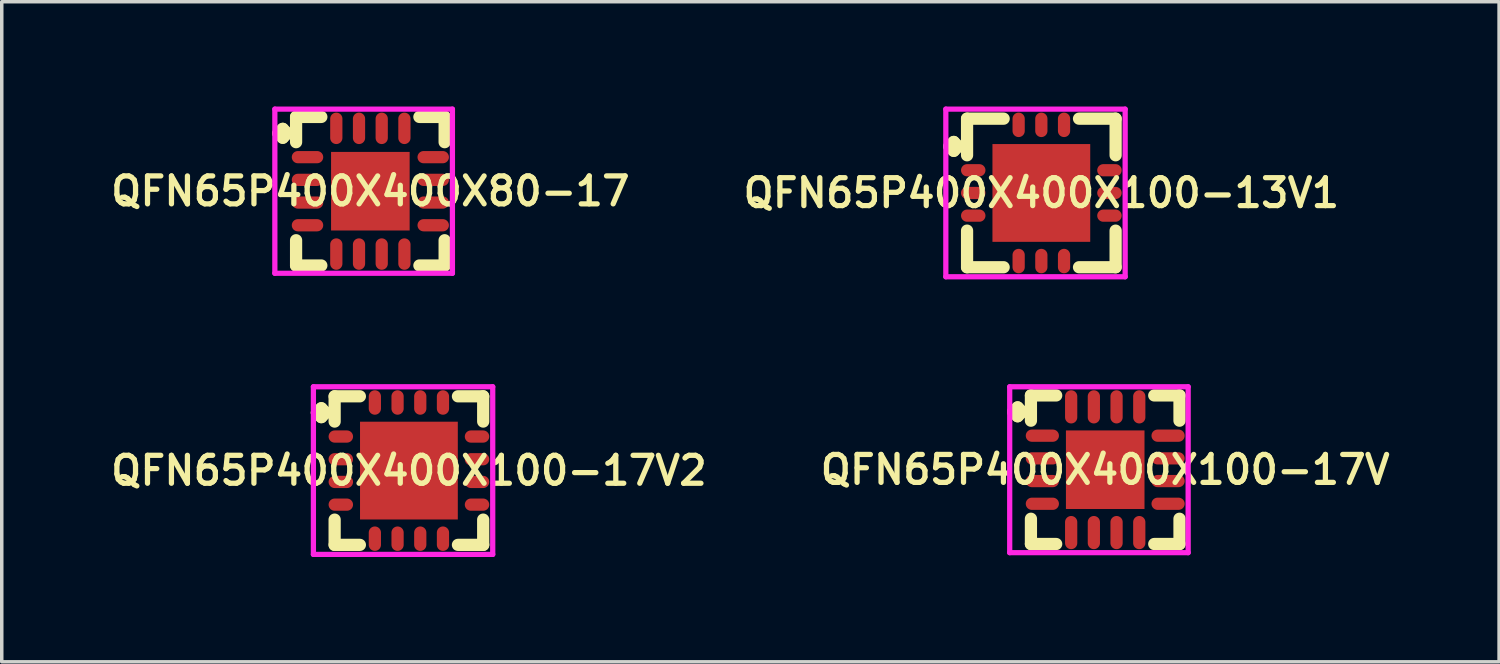
<source format=kicad_pcb>
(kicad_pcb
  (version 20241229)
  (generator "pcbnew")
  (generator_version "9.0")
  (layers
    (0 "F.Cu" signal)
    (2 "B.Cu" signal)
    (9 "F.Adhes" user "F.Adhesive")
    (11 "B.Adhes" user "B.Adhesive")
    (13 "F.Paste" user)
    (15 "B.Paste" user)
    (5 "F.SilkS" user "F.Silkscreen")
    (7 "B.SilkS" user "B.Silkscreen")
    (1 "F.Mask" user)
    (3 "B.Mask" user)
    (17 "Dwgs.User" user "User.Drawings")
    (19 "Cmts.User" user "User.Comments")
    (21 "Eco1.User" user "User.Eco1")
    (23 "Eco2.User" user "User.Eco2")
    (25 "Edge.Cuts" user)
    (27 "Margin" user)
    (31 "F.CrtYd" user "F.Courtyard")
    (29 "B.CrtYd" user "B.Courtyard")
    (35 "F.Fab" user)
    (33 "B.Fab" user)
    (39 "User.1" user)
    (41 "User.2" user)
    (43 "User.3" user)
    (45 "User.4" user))
  (footprint "QFN65P400X400X100-17V2"
    (layer "F.Cu")
    (at 8.659 10.425)
    (property "Reference" "QFN65P400X400X100-17V2" (at 0 0 0) (layer "F.SilkS") (effects (font (size 0.8 0.8) (thickness 0.15))))
    (attr smd)
    (fp_line (start -2.635 -1.658) (end -2.508 -1.785) (stroke (width 0.35) (type solid)) (layer "F.SilkS"))
    (fp_line (start -2.508 -1.785) (end -2.381 -1.658) (stroke (width 0.35) (type solid)) (layer "F.SilkS"))
    (fp_line (start -2.508 -1.531) (end -2.635 -1.658) (stroke (width 0.35) (type solid)) (layer "F.SilkS"))
    (fp_line (start -2.381 -1.658) (end -2.508 -1.531) (stroke (width 0.35) (type solid)) (layer "F.SilkS"))
    (fp_line (start -2.127 -2.127) (end -1.404 -2.127) (stroke (width 0.35) (type solid)) (layer "F.SilkS"))
    (fp_line (start -2.127 -1.404) (end -2.127 -2.127) (stroke (width 0.35) (type solid)) (layer "F.SilkS"))
    (fp_line (start -2.127 1.404) (end -2.127 2.127) (stroke (width 0.35) (type solid)) (layer "F.SilkS"))
    (fp_line (start -2.127 2.127) (end -1.404 2.127) (stroke (width 0.35) (type solid)) (layer "F.SilkS"))
    (fp_line (start 1.404 -2.127) (end 2.127 -2.127) (stroke (width 0.35) (type solid)) (layer "F.SilkS"))
    (fp_line (start 1.404 2.127) (end 2.127 2.127) (stroke (width 0.35) (type solid)) (layer "F.SilkS"))
    (fp_line (start 2.127 -2.127) (end 2.127 -1.404) (stroke (width 0.35) (type solid)) (layer "F.SilkS"))
    (fp_line (start 2.127 2.127) (end 2.127 1.404) (stroke (width 0.35) (type solid)) (layer "F.SilkS"))
    (fp_line (start -2.735 -2.4) (end 2.4 -2.4) (stroke (width 0.15) (type solid)) (layer "F.CrtYd"))
    (fp_line (start -2.735 2.4) (end -2.735 -2.4) (stroke (width 0.15) (type solid)) (layer "F.CrtYd"))
    (fp_line (start 2.4 -2.4) (end 2.4 2.4) (stroke (width 0.15) (type solid)) (layer "F.CrtYd"))
    (fp_line (start 2.4 2.4) (end -2.735 2.4) (stroke (width 0.15) (type solid)) (layer "F.CrtYd"))
    (pad "1" smd oval (at -1.95 -0.975) (size 0.7 0.35) (layers "F.Cu" "F.Mask" "F.Paste"))
    (pad "2" smd oval (at -1.95 -0.325) (size 0.7 0.35) (layers "F.Cu" "F.Mask" "F.Paste"))
    (pad "3" smd oval (at -1.95 0.325) (size 0.7 0.35) (layers "F.Cu" "F.Mask" "F.Paste"))
    (pad "4" smd oval (at -1.95 0.975) (size 0.7 0.35) (layers "F.Cu" "F.Mask" "F.Paste"))
    (pad "5" smd oval (at -0.975 1.95) (size 0.35 0.7) (layers "F.Cu" "F.Mask" "F.Paste"))
    (pad "6" smd oval (at -0.325 1.95) (size 0.35 0.7) (layers "F.Cu" "F.Mask" "F.Paste"))
    (pad "7" smd oval (at 0.325 1.95) (size 0.35 0.7) (layers "F.Cu" "F.Mask" "F.Paste"))
    (pad "8" smd oval (at 0.975 1.95) (size 0.35 0.7) (layers "F.Cu" "F.Mask" "F.Paste"))
    (pad "9" smd oval (at 1.95 0.975) (size 0.7 0.35) (layers "F.Cu" "F.Mask" "F.Paste"))
    (pad "10" smd oval (at 1.95 0.325) (size 0.7 0.35) (layers "F.Cu" "F.Mask" "F.Paste"))
    (pad "11" smd oval (at 1.95 -0.325) (size 0.7 0.35) (layers "F.Cu" "F.Mask" "F.Paste"))
    (pad "12" smd oval (at 1.95 -0.975) (size 0.7 0.35) (layers "F.Cu" "F.Mask" "F.Paste"))
    (pad "13" smd oval (at 0.975 -1.95) (size 0.35 0.7) (layers "F.Cu" "F.Mask" "F.Paste"))
    (pad "14" smd oval (at 0.325 -1.95) (size 0.35 0.7) (layers "F.Cu" "F.Mask" "F.Paste"))
    (pad "15" smd oval (at -0.325 -1.95) (size 0.35 0.7) (layers "F.Cu" "F.Mask" "F.Paste"))
    (pad "16" smd oval (at -0.975 -1.95) (size 0.35 0.7) (layers "F.Cu" "F.Mask" "F.Paste"))
    (pad "17" smd rect (at 0 0) (size 2.8 2.8) (layers "F.Cu" "F.Mask" "F.Paste")))
  (footprint "QFN65P400X400X80-17"
    (layer "F.Cu")
    (at 7.555 2.425)
    (property "Reference" "QFN65P400X400X80-17" (at 0 0 0) (layer "F.SilkS") (effects (font (size 0.8 0.8) (thickness 0.15))))
    (attr smd)
    (fp_line (start -2.635 -1.658) (end -2.508 -1.785) (stroke (width 0.35) (type solid)) (layer "F.SilkS"))
    (fp_line (start -2.508 -1.785) (end -2.381 -1.658) (stroke (width 0.35) (type solid)) (layer "F.SilkS"))
    (fp_line (start -2.508 -1.531) (end -2.635 -1.658) (stroke (width 0.35) (type solid)) (layer "F.SilkS"))
    (fp_line (start -2.381 -1.658) (end -2.508 -1.531) (stroke (width 0.35) (type solid)) (layer "F.SilkS"))
    (fp_line (start -2.127 -2.127) (end -1.404 -2.127) (stroke (width 0.35) (type solid)) (layer "F.SilkS"))
    (fp_line (start -2.127 -1.404) (end -2.127 -2.127) (stroke (width 0.35) (type solid)) (layer "F.SilkS"))
    (fp_line (start -2.127 1.404) (end -2.127 2.127) (stroke (width 0.35) (type solid)) (layer "F.SilkS"))
    (fp_line (start -2.127 2.127) (end -1.404 2.127) (stroke (width 0.35) (type solid)) (layer "F.SilkS"))
    (fp_line (start 1.404 -2.127) (end 2.127 -2.127) (stroke (width 0.35) (type solid)) (layer "F.SilkS"))
    (fp_line (start 1.404 2.127) (end 2.127 2.127) (stroke (width 0.35) (type solid)) (layer "F.SilkS"))
    (fp_line (start 2.127 -2.127) (end 2.127 -1.404) (stroke (width 0.35) (type solid)) (layer "F.SilkS"))
    (fp_line (start 2.127 2.127) (end 2.127 1.404) (stroke (width 0.35) (type solid)) (layer "F.SilkS"))
    (fp_line (start -2.735 -2.35) (end 2.35 -2.35) (stroke (width 0.15) (type solid)) (layer "F.CrtYd"))
    (fp_line (start -2.735 2.35) (end -2.735 -2.35) (stroke (width 0.15) (type solid)) (layer "F.CrtYd"))
    (fp_line (start 2.35 -2.35) (end 2.35 2.35) (stroke (width 0.15) (type solid)) (layer "F.CrtYd"))
    (fp_line (start 2.35 2.35) (end -2.735 2.35) (stroke (width 0.15) (type solid)) (layer "F.CrtYd"))
    (pad "1" smd oval (at -1.8 -0.975) (size 0.9 0.35) (layers "F.Cu" "F.Mask" "F.Paste"))
    (pad "2" smd oval (at -1.8 -0.325) (size 0.9 0.35) (layers "F.Cu" "F.Mask" "F.Paste"))
    (pad "3" smd oval (at -1.8 0.325) (size 0.9 0.35) (layers "F.Cu" "F.Mask" "F.Paste"))
    (pad "4" smd oval (at -1.8 0.975) (size 0.9 0.35) (layers "F.Cu" "F.Mask" "F.Paste"))
    (pad "5" smd oval (at -0.975 1.8) (size 0.35 0.9) (layers "F.Cu" "F.Mask" "F.Paste"))
    (pad "6" smd oval (at -0.325 1.8) (size 0.35 0.9) (layers "F.Cu" "F.Mask" "F.Paste"))
    (pad "7" smd oval (at 0.325 1.8) (size 0.35 0.9) (layers "F.Cu" "F.Mask" "F.Paste"))
    (pad "8" smd oval (at 0.975 1.8) (size 0.35 0.9) (layers "F.Cu" "F.Mask" "F.Paste"))
    (pad "9" smd oval (at 1.8 0.975) (size 0.9 0.35) (layers "F.Cu" "F.Mask" "F.Paste"))
    (pad "10" smd oval (at 1.8 0.325) (size 0.9 0.35) (layers "F.Cu" "F.Mask" "F.Paste"))
    (pad "11" smd oval (at 1.8 -0.325) (size 0.9 0.35) (layers "F.Cu" "F.Mask" "F.Paste"))
    (pad "12" smd oval (at 1.8 -0.975) (size 0.9 0.35) (layers "F.Cu" "F.Mask" "F.Paste"))
    (pad "13" smd oval (at 0.975 -1.8) (size 0.35 0.9) (layers "F.Cu" "F.Mask" "F.Paste"))
    (pad "14" smd oval (at 0.325 -1.8) (size 0.35 0.9) (layers "F.Cu" "F.Mask" "F.Paste"))
    (pad "15" smd oval (at -0.325 -1.8) (size 0.35 0.9) (layers "F.Cu" "F.Mask" "F.Paste"))
    (pad "16" smd oval (at -0.975 -1.8) (size 0.35 0.9) (layers "F.Cu" "F.Mask" "F.Paste"))
    (pad "17" smd rect (at 0 0) (size 2.25 2.25) (layers "F.Cu" "F.Mask" "F.Paste")))
  (footprint "QFN65P400X400X100-13V1"
    (layer "F.Cu")
    (at 26.768 2.475)
    (property "Reference" "QFN65P400X400X100-13V1" (at 0 0 0) (layer "F.SilkS") (effects (font (size 0.8 0.8) (thickness 0.15))))
    (attr smd)
    (fp_line (start -2.635 -1.333) (end -2.508 -1.46) (stroke (width 0.35) (type solid)) (layer "F.SilkS"))
    (fp_line (start -2.508 -1.46) (end -2.381 -1.333) (stroke (width 0.35) (type solid)) (layer "F.SilkS"))
    (fp_line (start -2.508 -1.206) (end -2.635 -1.333) (stroke (width 0.35) (type solid)) (layer "F.SilkS"))
    (fp_line (start -2.381 -1.333) (end -2.508 -1.206) (stroke (width 0.35) (type solid)) (layer "F.SilkS"))
    (fp_line (start -2.127 -2.127) (end -1.079 -2.127) (stroke (width 0.35) (type solid)) (layer "F.SilkS"))
    (fp_line (start -2.127 -1.079) (end -2.127 -2.127) (stroke (width 0.35) (type solid)) (layer "F.SilkS"))
    (fp_line (start -2.127 1.079) (end -2.127 2.127) (stroke (width 0.35) (type solid)) (layer "F.SilkS"))
    (fp_line (start -2.127 2.127) (end -1.079 2.127) (stroke (width 0.35) (type solid)) (layer "F.SilkS"))
    (fp_line (start 1.079 -2.127) (end 2.127 -2.127) (stroke (width 0.35) (type solid)) (layer "F.SilkS"))
    (fp_line (start 1.079 2.127) (end 2.127 2.127) (stroke (width 0.35) (type solid)) (layer "F.SilkS"))
    (fp_line (start 2.127 -2.127) (end 2.127 -1.079) (stroke (width 0.35) (type solid)) (layer "F.SilkS"))
    (fp_line (start 2.127 2.127) (end 2.127 1.079) (stroke (width 0.35) (type solid)) (layer "F.SilkS"))
    (fp_line (start -2.735 -2.4) (end 2.4 -2.4) (stroke (width 0.15) (type solid)) (layer "F.CrtYd"))
    (fp_line (start -2.735 2.4) (end -2.735 -2.4) (stroke (width 0.15) (type solid)) (layer "F.CrtYd"))
    (fp_line (start 2.4 -2.4) (end 2.4 2.4) (stroke (width 0.15) (type solid)) (layer "F.CrtYd"))
    (fp_line (start 2.4 2.4) (end -2.735 2.4) (stroke (width 0.15) (type solid)) (layer "F.CrtYd"))
    (pad "1" smd oval (at -1.95 -0.65) (size 0.7 0.35) (layers "F.Cu" "F.Mask" "F.Paste"))
    (pad "2" smd oval (at -1.95 0) (size 0.7 0.35) (layers "F.Cu" "F.Mask" "F.Paste"))
    (pad "3" smd oval (at -1.95 0.65) (size 0.7 0.35) (layers "F.Cu" "F.Mask" "F.Paste"))
    (pad "4" smd oval (at -0.65 1.95) (size 0.35 0.7) (layers "F.Cu" "F.Mask" "F.Paste"))
    (pad "5" smd oval (at 0 1.95) (size 0.35 0.7) (layers "F.Cu" "F.Mask" "F.Paste"))
    (pad "6" smd oval (at 0.65 1.95) (size 0.35 0.7) (layers "F.Cu" "F.Mask" "F.Paste"))
    (pad "7" smd oval (at 1.95 0.65) (size 0.7 0.35) (layers "F.Cu" "F.Mask" "F.Paste"))
    (pad "8" smd oval (at 1.95 0) (size 0.7 0.35) (layers "F.Cu" "F.Mask" "F.Paste"))
    (pad "9" smd oval (at 1.95 -0.65) (size 0.7 0.35) (layers "F.Cu" "F.Mask" "F.Paste"))
    (pad "10" smd oval (at 0.65 -1.95) (size 0.35 0.7) (layers "F.Cu" "F.Mask" "F.Paste"))
    (pad "11" smd oval (at 0 -1.95) (size 0.35 0.7) (layers "F.Cu" "F.Mask" "F.Paste"))
    (pad "12" smd oval (at -0.65 -1.95) (size 0.35 0.7) (layers "F.Cu" "F.Mask" "F.Paste"))
    (pad "13" smd rect (at 0 0) (size 2.8 2.8) (layers "F.Cu" "F.Mask" "F.Paste")))
  (footprint "QFN65P400X400X100-17V"
    (layer "F.Cu")
    (at 28.597 10.4)
    (property "Reference" "QFN65P400X400X100-17V" (at 0 0 0) (layer "F.SilkS") (effects (font (size 0.8 0.8) (thickness 0.15))))
    (attr smd)
    (fp_line (start -2.635 -1.658) (end -2.508 -1.785) (stroke (width 0.35) (type solid)) (layer "F.SilkS"))
    (fp_line (start -2.508 -1.785) (end -2.381 -1.658) (stroke (width 0.35) (type solid)) (layer "F.SilkS"))
    (fp_line (start -2.508 -1.531) (end -2.635 -1.658) (stroke (width 0.35) (type solid)) (layer "F.SilkS"))
    (fp_line (start -2.381 -1.658) (end -2.508 -1.531) (stroke (width 0.35) (type solid)) (layer "F.SilkS"))
    (fp_line (start -2.127 -2.127) (end -1.404 -2.127) (stroke (width 0.35) (type solid)) (layer "F.SilkS"))
    (fp_line (start -2.127 -1.404) (end -2.127 -2.127) (stroke (width 0.35) (type solid)) (layer "F.SilkS"))
    (fp_line (start -2.127 1.404) (end -2.127 2.127) (stroke (width 0.35) (type solid)) (layer "F.SilkS"))
    (fp_line (start -2.127 2.127) (end -1.404 2.127) (stroke (width 0.35) (type solid)) (layer "F.SilkS"))
    (fp_line (start 1.404 -2.127) (end 2.127 -2.127) (stroke (width 0.35) (type solid)) (layer "F.SilkS"))
    (fp_line (start 1.404 2.127) (end 2.127 2.127) (stroke (width 0.35) (type solid)) (layer "F.SilkS"))
    (fp_line (start 2.127 -2.127) (end 2.127 -1.404) (stroke (width 0.35) (type solid)) (layer "F.SilkS"))
    (fp_line (start 2.127 2.127) (end 2.127 1.404) (stroke (width 0.35) (type solid)) (layer "F.SilkS"))
    (fp_line (start -2.735 -2.375) (end 2.375 -2.375) (stroke (width 0.15) (type solid)) (layer "F.CrtYd"))
    (fp_line (start -2.735 2.375) (end -2.735 -2.375) (stroke (width 0.15) (type solid)) (layer "F.CrtYd"))
    (fp_line (start 2.375 -2.375) (end 2.375 2.375) (stroke (width 0.15) (type solid)) (layer "F.CrtYd"))
    (fp_line (start 2.375 2.375) (end -2.735 2.375) (stroke (width 0.15) (type solid)) (layer "F.CrtYd"))
    (pad "1" smd oval (at -1.8 -0.975) (size 0.95 0.35) (layers "F.Cu" "F.Mask" "F.Paste"))
    (pad "2" smd oval (at -1.8 -0.325) (size 0.95 0.35) (layers "F.Cu" "F.Mask" "F.Paste"))
    (pad "3" smd oval (at -1.8 0.325) (size 0.95 0.35) (layers "F.Cu" "F.Mask" "F.Paste"))
    (pad "4" smd oval (at -1.8 0.975) (size 0.95 0.35) (layers "F.Cu" "F.Mask" "F.Paste"))
    (pad "5" smd oval (at -0.975 1.8) (size 0.35 0.95) (layers "F.Cu" "F.Mask" "F.Paste"))
    (pad "6" smd oval (at -0.325 1.8) (size 0.35 0.95) (layers "F.Cu" "F.Mask" "F.Paste"))
    (pad "7" smd oval (at 0.325 1.8) (size 0.35 0.95) (layers "F.Cu" "F.Mask" "F.Paste"))
    (pad "8" smd oval (at 0.975 1.8) (size 0.35 0.95) (layers "F.Cu" "F.Mask" "F.Paste"))
    (pad "9" smd oval (at 1.8 0.975) (size 0.95 0.35) (layers "F.Cu" "F.Mask" "F.Paste"))
    (pad "10" smd oval (at 1.8 0.325) (size 0.95 0.35) (layers "F.Cu" "F.Mask" "F.Paste"))
    (pad "11" smd oval (at 1.8 -0.325) (size 0.95 0.35) (layers "F.Cu" "F.Mask" "F.Paste"))
    (pad "12" smd oval (at 1.8 -0.975) (size 0.95 0.35) (layers "F.Cu" "F.Mask" "F.Paste"))
    (pad "13" smd oval (at 0.975 -1.8) (size 0.35 0.95) (layers "F.Cu" "F.Mask" "F.Paste"))
    (pad "14" smd oval (at 0.325 -1.8) (size 0.35 0.95) (layers "F.Cu" "F.Mask" "F.Paste"))
    (pad "15" smd oval (at -0.325 -1.8) (size 0.35 0.95) (layers "F.Cu" "F.Mask" "F.Paste"))
    (pad "16" smd oval (at -0.975 -1.8) (size 0.35 0.95) (layers "F.Cu" "F.Mask" "F.Paste"))
    (pad "17" smd rect (at 0 0) (size 2.25 2.25) (layers "F.Cu" "F.Mask" "F.Paste")))
  (gr_rect
    (start -3 -3)
    (end 39.875 15.9)
    (stroke (width 0.1) (type default))
    (fill no)
    (layer "Edge.Cuts")))
</source>
